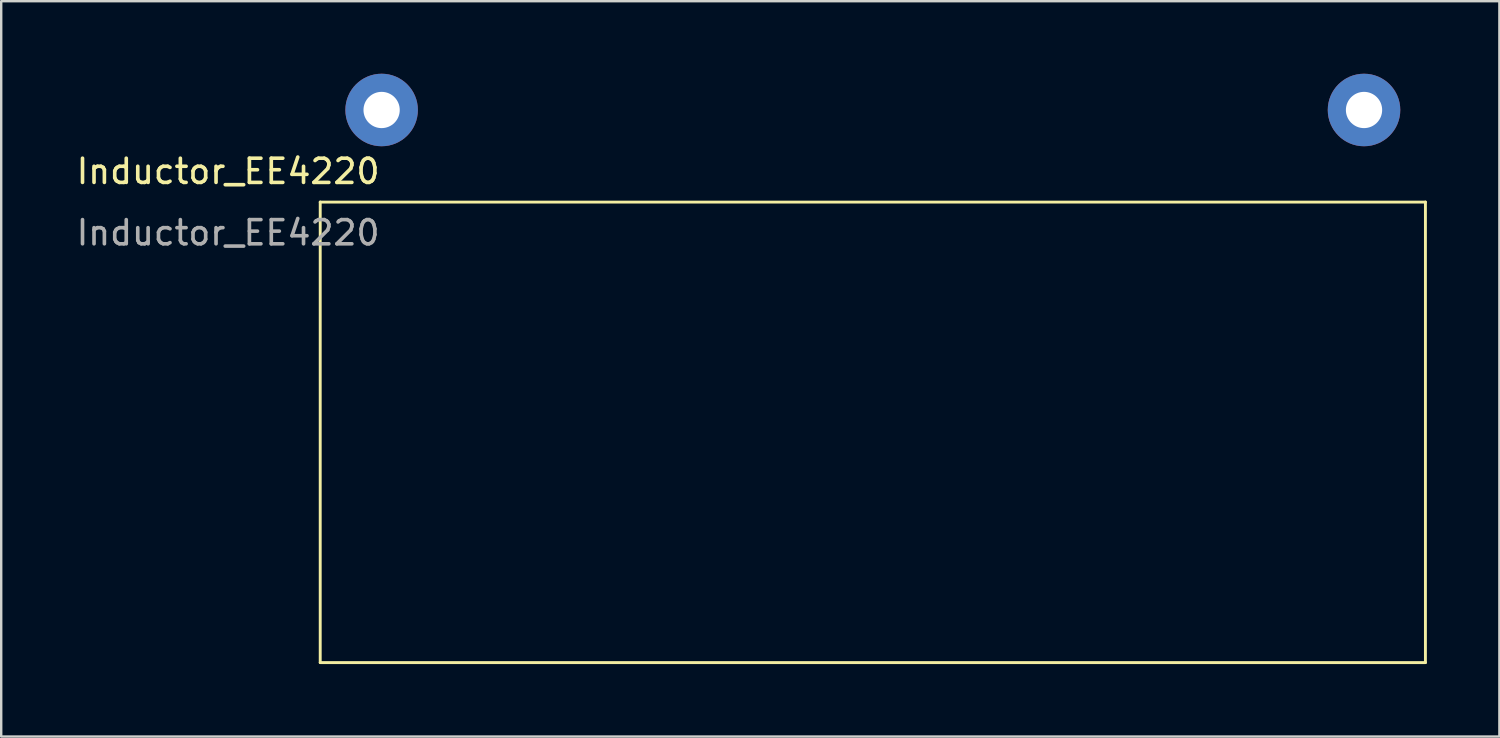
<source format=kicad_pcb>
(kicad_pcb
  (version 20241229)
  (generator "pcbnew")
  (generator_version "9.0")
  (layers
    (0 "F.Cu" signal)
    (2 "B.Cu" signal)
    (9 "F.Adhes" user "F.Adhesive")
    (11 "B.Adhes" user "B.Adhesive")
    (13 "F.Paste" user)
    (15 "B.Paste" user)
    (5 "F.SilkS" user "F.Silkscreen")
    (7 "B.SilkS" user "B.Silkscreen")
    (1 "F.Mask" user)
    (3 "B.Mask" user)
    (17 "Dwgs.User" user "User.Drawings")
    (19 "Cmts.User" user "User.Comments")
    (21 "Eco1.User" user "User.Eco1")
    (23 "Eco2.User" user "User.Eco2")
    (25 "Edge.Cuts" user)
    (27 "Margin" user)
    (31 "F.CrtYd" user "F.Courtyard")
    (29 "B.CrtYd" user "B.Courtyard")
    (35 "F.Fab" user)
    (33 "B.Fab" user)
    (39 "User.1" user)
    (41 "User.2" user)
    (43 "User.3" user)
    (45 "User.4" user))
  (footprint "Inductor_EE4220"
    (layer "F.Cu")
    (at 12.737 1.5)
    (property "Reference" "Inductor_EE4220" (at -6.35 2.54 0) (layer "F.SilkS") (effects (font (size 1 1) (thickness 0.15))))
    (attr through_hole)
    (fp_line (start -2.54 3.81) (end 43.18 3.81) (stroke (width 0.12) (type solid)) (layer "F.SilkS"))
    (fp_line (start -2.54 22.86) (end -2.54 3.81) (stroke (width 0.12) (type solid)) (layer "F.SilkS"))
    (fp_line (start 43.18 3.81) (end 43.18 22.86) (stroke (width 0.12) (type solid)) (layer "F.SilkS"))
    (fp_line (start 43.18 22.86) (end -2.54 22.86) (stroke (width 0.12) (type solid)) (layer "F.SilkS"))
    (fp_text user "${REFERENCE}" (at -6.35 5.08 0) (layer "F.Fab") (effects (font (size 1 1) (thickness 0.15))))
    (pad "1" thru_hole circle (at 0 0) (size 3 3) (drill 1.5) (layers "*.Cu" "*.Mask"))
    (pad "2" thru_hole circle (at 40.64 0) (size 3 3) (drill 1.5) (layers "*.Cu" "*.Mask")))
  (gr_rect
    (start -3 -3)
    (end 58.977 27.42)
    (stroke (width 0.1) (type default))
    (fill no)
    (layer "Edge.Cuts")))
</source>
